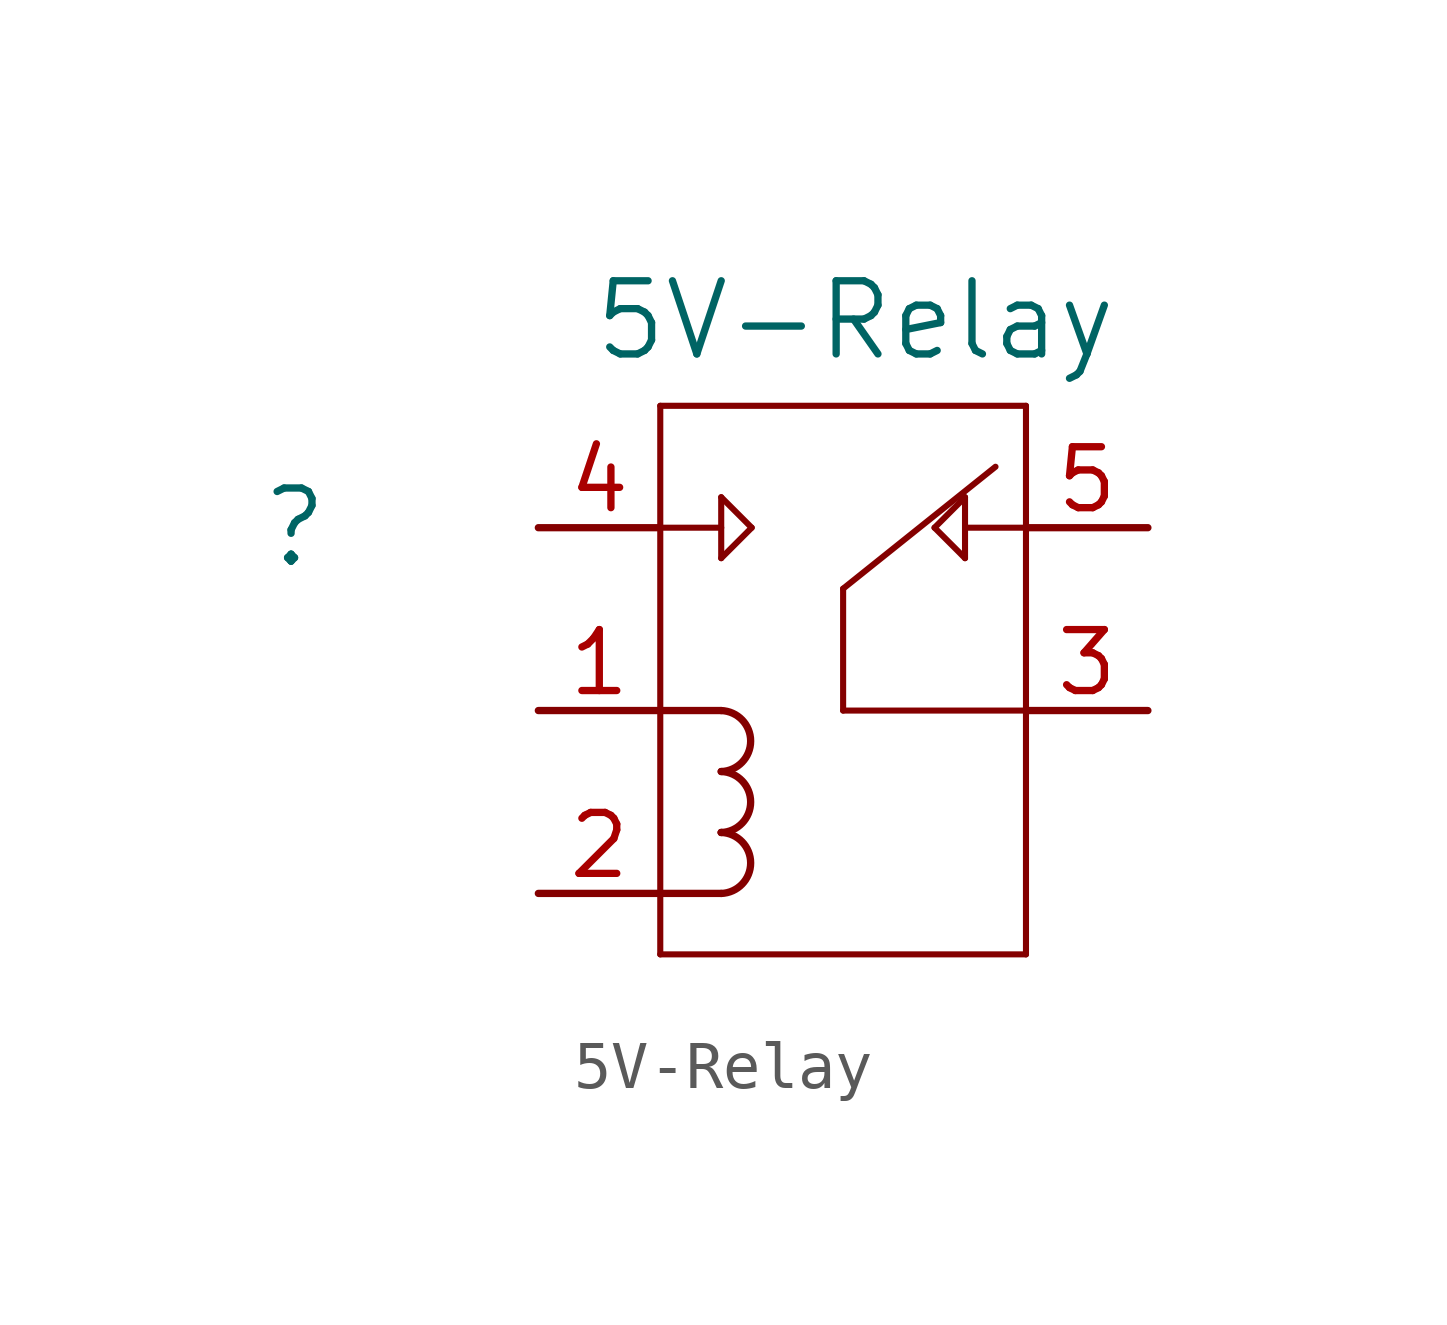
<source format=kicad_sym>
(kicad_symbol_lib
  (version 20220914)
  (generator kicad_symbol_editor)
  (symbol "5V-Relay"
    (pin_names
      (offset 0.254))
    (property "Reference" ""
      (at 0 0 0)
      (effects (font (size 1.524 1.524))))
    (property "Value" "5V-Relay"
      (at 11.684 4.318 0)
      (effects (font (size 1.524 1.524))))
    (property "Datasheet" ""
      (at 0 0 0)
      (effects (font (size 1.524 1.524))))
    (symbol "5V-Relay_0_1"
      (polyline (pts (xy 8.89 -7.62) (xy 7.62 -7.62)) (stroke (width 0) (type default)) (fill (type none)))
      (polyline (pts (xy 8.89 -3.81) (xy 7.62 -3.81)) (stroke (width 0) (type default)) (fill (type none)))
      (arc (start 8.89 -7.62) (mid 9.5029 -6.985) (end 8.89 -6.35) (stroke (width 0) (type default)) (fill (type none)))
      (arc (start 8.89 -6.35) (mid 8.89 -6.35) (end 8.89 -6.35) (stroke (width 0) (type default)) (fill (type none)))
      (arc (start 8.89 -6.35) (mid 9.5029 -5.715) (end 8.89 -5.08) (stroke (width 0) (type default)) (fill (type none)))
      (arc (start 8.89 -5.08) (mid 9.5029 -4.445) (end 8.89 -3.81) (stroke (width 0) (type default)) (fill (type none))))
    (symbol "5V-Relay_1_1"
      (polyline (pts (xy 7.62 -8.89) (xy 15.24 -8.89)) (stroke (width 0.127) (type solid)) (fill (type none)))
      (polyline (pts (xy 7.62 0) (xy 8.89 0)) (stroke (width 0.127) (type solid)) (fill (type none)))
      (polyline (pts (xy 7.62 2.54) (xy 7.62 -8.89)) (stroke (width 0.127) (type solid)) (fill (type none)))
      (polyline (pts (xy 7.62 2.54) (xy 15.24 2.54)) (stroke (width 0.127) (type solid)) (fill (type none)))
      (polyline (pts (xy 8.89 -0.635) (xy 9.525 0)) (stroke (width 0.127) (type solid)) (fill (type none)))
      (polyline (pts (xy 8.89 0.635) (xy 8.89 -0.635)) (stroke (width 0.127) (type solid)) (fill (type none)))
      (polyline (pts (xy 8.89 0.635) (xy 9.525 0)) (stroke (width 0.127) (type solid)) (fill (type none)))
      (polyline (pts (xy 11.43 -3.81) (xy 11.43 -1.27)) (stroke (width 0.127) (type solid)) (fill (type none)))
      (polyline (pts (xy 11.43 -3.81) (xy 15.24 -3.81)) (stroke (width 0.127) (type solid)) (fill (type none)))
      (polyline (pts (xy 11.43 -1.27) (xy 14.605 1.27)) (stroke (width 0.127) (type solid)) (fill (type none)))
      (polyline (pts (xy 13.335 0) (xy 13.97 -0.635)) (stroke (width 0.127) (type solid)) (fill (type none)))
      (polyline (pts (xy 13.97 -0.635) (xy 13.97 0.635)) (stroke (width 0.127) (type solid)) (fill (type none)))
      (polyline (pts (xy 13.97 0.635) (xy 13.335 0)) (stroke (width 0.127) (type solid)) (fill (type none)))
      (polyline (pts (xy 15.24 0) (xy 13.97 0)) (stroke (width 0.127) (type solid)) (fill (type none)))
      (polyline (pts (xy 15.24 2.54) (xy 15.24 -8.89)) (stroke (width 0.127) (type solid)) (fill (type none)))
      (pin unspecified line (at 5.08 -3.81 0) (length 2.54) (name "" (effects (font (size 1.27 1.27)))) (number "1" (effects (font (size 1.27 1.27)))))
      (pin unspecified line (at 5.08 -7.62 0) (length 2.54) (name "~" (effects (font (size 1.27 1.27)))) (number "2" (effects (font (size 1.27 1.27)))))
      (pin unspecified line (at 17.78 -3.81 180) (length 2.54) (name "~" (effects (font (size 1.27 1.27)))) (number "3" (effects (font (size 1.27 1.27)))))
      (pin unspecified line (at 5.08 0 0) (length 2.54) (name "~" (effects (font (size 1.27 1.27)))) (number "4" (effects (font (size 1.27 1.27)))))
      (pin unspecified line (at 17.78 0 180) (length 2.54) (name "~" (effects (font (size 1.27 1.27)))) (number "5" (effects (font (size 1.27 1.27))))))))
</source>
